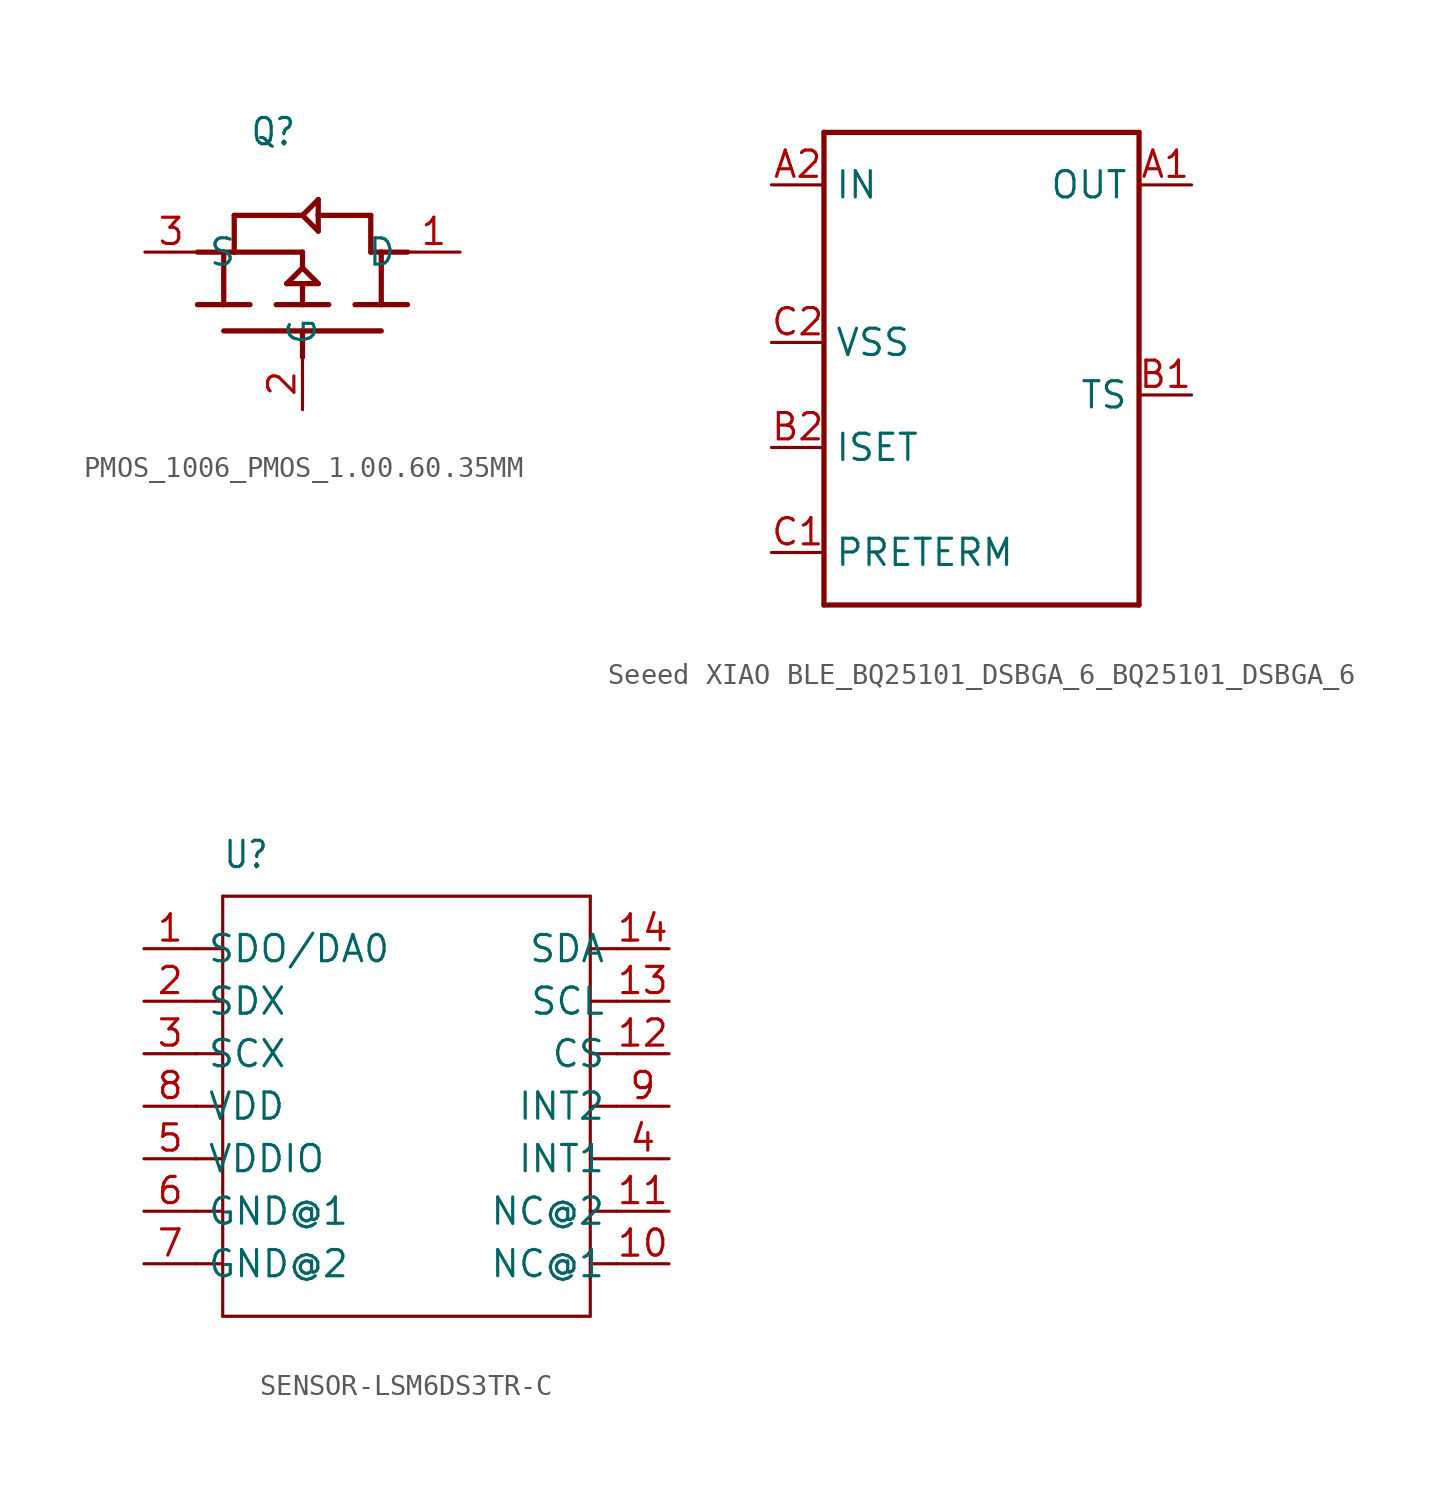
<source format=kicad_sym>
(kicad_symbol_lib
  (version 20231120)
  (generator "kicad_symbol_editor")
  (generator_version "8.0")
  (symbol "PMOS_1006_PMOS_1.00.60.35MM"
    (property "Reference" "Q"
      (at -2.54 7.62 0)
      (effects (font (size 1.27 1.079)) (justify left bottom)))
    (property "Value" ""
      (at -2.54 5.08 0)
      (effects (font (size 1.27 1.079)) (justify left bottom)))
    (property "ki_locked" ""
      (at 0 0 0)
      (effects (font (size 1.27 1.27))))
    (symbol "PMOS_1006_PMOS_1.00.60.35MM_1_0"
      (polyline (pts (xy -5.08 0) (xy -3.81 0)) (stroke (width 0.254) (type solid)) (fill (type none)))
      (polyline (pts (xy -3.81 -1.27) (xy 0 -1.27)) (stroke (width 0.254) (type solid)) (fill (type none)))
      (polyline (pts (xy -3.81 0) (xy -2.54 0)) (stroke (width 0.254) (type solid)) (fill (type none)))
      (polyline (pts (xy -3.81 2.54) (xy -5.08 2.54)) (stroke (width 0.254) (type solid)) (fill (type none)))
      (polyline (pts (xy -3.81 2.54) (xy -3.81 0)) (stroke (width 0.254) (type solid)) (fill (type none)))
      (polyline (pts (xy -3.81 2.54) (xy -3.302 2.54)) (stroke (width 0.254) (type solid)) (fill (type none)))
      (polyline (pts (xy -3.302 2.54) (xy -3.302 4.318)) (stroke (width 0.254) (type solid)) (fill (type none)))
      (polyline (pts (xy -3.302 2.54) (xy 0 2.54)) (stroke (width 0.254) (type solid)) (fill (type none)))
      (polyline (pts (xy -3.302 4.318) (xy 0 4.318)) (stroke (width 0.254) (type solid)) (fill (type none)))
      (polyline (pts (xy -1.27 0) (xy 0 0)) (stroke (width 0.254) (type solid)) (fill (type none)))
      (polyline (pts (xy -0.762 1.016) (xy 0 1.016)) (stroke (width 0.254) (type solid)) (fill (type none)))
      (polyline (pts (xy 0 -1.27) (xy 0 -2.54)) (stroke (width 0.254) (type solid)) (fill (type none)))
      (polyline (pts (xy 0 -1.27) (xy 3.81 -1.27)) (stroke (width 0.254) (type solid)) (fill (type none)))
      (polyline (pts (xy 0 0) (xy 1.27 0)) (stroke (width 0.254) (type solid)) (fill (type none)))
      (polyline (pts (xy 0 1.016) (xy 0 0)) (stroke (width 0.254) (type solid)) (fill (type none)))
      (polyline (pts (xy 0 1.016) (xy 0.762 1.016)) (stroke (width 0.254) (type solid)) (fill (type none)))
      (polyline (pts (xy 0 1.778) (xy -0.762 1.016)) (stroke (width 0.254) (type solid)) (fill (type none)))
      (polyline (pts (xy 0 2.54) (xy 0 1.778)) (stroke (width 0.254) (type solid)) (fill (type none)))
      (polyline (pts (xy 0 4.318) (xy 0.762 3.556)) (stroke (width 0.254) (type solid)) (fill (type none)))
      (polyline (pts (xy 0.762 1.016) (xy 0 1.778)) (stroke (width 0.254) (type solid)) (fill (type none)))
      (polyline (pts (xy 0.762 3.556) (xy 0.762 4.318)) (stroke (width 0.254) (type solid)) (fill (type none)))
      (polyline (pts (xy 0.762 4.318) (xy 0.762 5.08)) (stroke (width 0.254) (type solid)) (fill (type none)))
      (polyline (pts (xy 0.762 4.318) (xy 3.302 4.318)) (stroke (width 0.254) (type solid)) (fill (type none)))
      (polyline (pts (xy 0.762 5.08) (xy 0 4.318)) (stroke (width 0.254) (type solid)) (fill (type none)))
      (polyline (pts (xy 2.54 0) (xy 3.81 0)) (stroke (width 0.254) (type solid)) (fill (type none)))
      (polyline (pts (xy 3.302 2.54) (xy 3.81 2.54)) (stroke (width 0.254) (type solid)) (fill (type none)))
      (polyline (pts (xy 3.302 4.318) (xy 3.302 2.54)) (stroke (width 0.254) (type solid)) (fill (type none)))
      (polyline (pts (xy 3.81 0) (xy 5.08 0)) (stroke (width 0.254) (type solid)) (fill (type none)))
      (polyline (pts (xy 3.81 2.54) (xy 3.81 0)) (stroke (width 0.254) (type solid)) (fill (type none)))
      (polyline (pts (xy 3.81 2.54) (xy 5.08 2.54)) (stroke (width 0.254) (type solid)) (fill (type none)))
      (pin bidirectional line (at 7.62 2.54 180) (length 2.54) (name "D" (effects (font (size 1.27 1.27)))) (number "1" (effects (font (size 1.27 1.27)))))
      (pin bidirectional line (at 0 -5.08 90) (length 2.54) (name "G" (effects (font (size 1.27 1.27)))) (number "2" (effects (font (size 1.27 1.27)))))
      (pin bidirectional line (at -7.62 2.54 0) (length 2.54) (name "S" (effects (font (size 1.27 1.27)))) (number "3" (effects (font (size 1.27 1.27)))))))
  (symbol "Seeed XIAO BLE_BQ25101_DSBGA_6_BQ25101_DSBGA_6"
    (property "Reference" "U"
      (at -10.16 12.7 0)
      (effects (font (size 1.778 1.511)) (justify left bottom) (hide yes)))
    (property "ki_locked" ""
      (at 0 0 0)
      (effects (font (size 1.27 1.27))))
    (symbol "Seeed XIAO BLE_BQ25101_DSBGA_6_BQ25101_DSBGA_6_1_0"
      (polyline (pts (xy -7.62 -10.16) (xy -7.62 12.7)) (stroke (width 0.254) (type solid)) (fill (type none)))
      (polyline (pts (xy -7.62 12.7) (xy 7.62 12.7)) (stroke (width 0.254) (type solid)) (fill (type none)))
      (polyline (pts (xy 7.62 -10.16) (xy -7.62 -10.16)) (stroke (width 0.254) (type solid)) (fill (type none)))
      (polyline (pts (xy 7.62 12.7) (xy 7.62 -10.16)) (stroke (width 0.254) (type solid)) (fill (type none)))
      (pin bidirectional line (at 10.16 10.16 180) (length 2.54) (name "OUT" (effects (font (size 1.27 1.27)))) (number "A1" (effects (font (size 1.27 1.27)))))
      (pin bidirectional line (at -10.16 10.16 0) (length 2.54) (name "IN" (effects (font (size 1.27 1.27)))) (number "A2" (effects (font (size 1.27 1.27)))))
      (pin bidirectional line (at 10.16 0 180) (length 2.54) (name "TS" (effects (font (size 1.27 1.27)))) (number "B1" (effects (font (size 1.27 1.27)))))
      (pin bidirectional line (at -10.16 -2.54 0) (length 2.54) (name "ISET" (effects (font (size 1.27 1.27)))) (number "B2" (effects (font (size 1.27 1.27)))))
      (pin bidirectional line (at -10.16 -7.62 0) (length 2.54) (name "PRETERM" (effects (font (size 1.27 1.27)))) (number "C1" (effects (font (size 1.27 1.27)))))
      (pin bidirectional line (at -10.16 2.54 0) (length 2.54) (name "VSS" (effects (font (size 1.27 1.27)))) (number "C2" (effects (font (size 1.27 1.27)))))))
  (symbol "SENSOR-LSM6DS3TR-C"
    (property "Reference" "U"
      (at -8.89 11.43 0)
      (effects (font (size 1.27 1.079)) (justify left bottom)))
    (property "Value" ""
      (at -8.89 10.16 0)
      (effects (font (size 1.27 1.079)) (justify left bottom)))
    (property "ki_locked" ""
      (at 0 0 0)
      (effects (font (size 1.27 1.27))))
    (symbol "SENSOR-LSM6DS3TR-C_1_0"
      (polyline (pts (xy -8.89 -10.16) (xy -8.89 -7.62)) (stroke (width 0.152) (type solid)) (fill (type none)))
      (polyline (pts (xy -8.89 -7.62) (xy -10.16 -7.62)) (stroke (width 0.152) (type solid)) (fill (type none)))
      (polyline (pts (xy -8.89 -7.62) (xy -8.89 -5.08)) (stroke (width 0.152) (type solid)) (fill (type none)))
      (polyline (pts (xy -8.89 -5.08) (xy -10.16 -5.08)) (stroke (width 0.152) (type solid)) (fill (type none)))
      (polyline (pts (xy -8.89 -5.08) (xy -8.89 -2.54)) (stroke (width 0.152) (type solid)) (fill (type none)))
      (polyline (pts (xy -8.89 -2.54) (xy -10.16 -2.54)) (stroke (width 0.152) (type solid)) (fill (type none)))
      (polyline (pts (xy -8.89 -2.54) (xy -8.89 0)) (stroke (width 0.152) (type solid)) (fill (type none)))
      (polyline (pts (xy -8.89 0) (xy -10.16 0)) (stroke (width 0.152) (type solid)) (fill (type none)))
      (polyline (pts (xy -8.89 0) (xy -8.89 2.54)) (stroke (width 0.152) (type solid)) (fill (type none)))
      (polyline (pts (xy -8.89 2.54) (xy -10.16 2.54)) (stroke (width 0.152) (type solid)) (fill (type none)))
      (polyline (pts (xy -8.89 2.54) (xy -8.89 5.08)) (stroke (width 0.152) (type solid)) (fill (type none)))
      (polyline (pts (xy -8.89 5.08) (xy -10.16 5.08)) (stroke (width 0.152) (type solid)) (fill (type none)))
      (polyline (pts (xy -8.89 5.08) (xy -8.89 7.62)) (stroke (width 0.152) (type solid)) (fill (type none)))
      (polyline (pts (xy -8.89 7.62) (xy -10.16 7.62)) (stroke (width 0.152) (type solid)) (fill (type none)))
      (polyline (pts (xy -8.89 7.62) (xy -8.89 10.16)) (stroke (width 0.152) (type solid)) (fill (type none)))
      (polyline (pts (xy -8.89 10.16) (xy 8.89 10.16)) (stroke (width 0.152) (type solid)) (fill (type none)))
      (polyline (pts (xy 8.89 -10.16) (xy -8.89 -10.16)) (stroke (width 0.152) (type solid)) (fill (type none)))
      (polyline (pts (xy 8.89 10.16) (xy 8.89 -10.16)) (stroke (width 0.152) (type solid)) (fill (type none)))
      (polyline (pts (xy 10.16 -7.62) (xy 8.89 -7.62)) (stroke (width 0.152) (type solid)) (fill (type none)))
      (polyline (pts (xy 10.16 -5.08) (xy 8.89 -5.08)) (stroke (width 0.152) (type solid)) (fill (type none)))
      (polyline (pts (xy 10.16 -2.54) (xy 8.89 -2.54)) (stroke (width 0.152) (type solid)) (fill (type none)))
      (polyline (pts (xy 10.16 0) (xy 8.89 0)) (stroke (width 0.152) (type solid)) (fill (type none)))
      (polyline (pts (xy 10.16 2.54) (xy 8.89 2.54)) (stroke (width 0.152) (type solid)) (fill (type none)))
      (polyline (pts (xy 10.16 5.08) (xy 8.89 5.08)) (stroke (width 0.152) (type solid)) (fill (type none)))
      (polyline (pts (xy 10.16 7.62) (xy 8.89 7.62)) (stroke (width 0.152) (type solid)) (fill (type none)))
      (pin bidirectional line (at -12.7 7.62 0) (length 2.54) (name "SDO/DA0" (effects (font (size 1.27 1.27)))) (number "1" (effects (font (size 1.27 1.27)))))
      (pin bidirectional line (at 12.7 -7.62 180) (length 2.54) (name "NC@1" (effects (font (size 1.27 1.27)))) (number "10" (effects (font (size 1.27 1.27)))))
      (pin bidirectional line (at 12.7 -5.08 180) (length 2.54) (name "NC@2" (effects (font (size 1.27 1.27)))) (number "11" (effects (font (size 1.27 1.27)))))
      (pin bidirectional line (at 12.7 2.54 180) (length 2.54) (name "CS" (effects (font (size 1.27 1.27)))) (number "12" (effects (font (size 1.27 1.27)))))
      (pin bidirectional line (at 12.7 5.08 180) (length 2.54) (name "SCL" (effects (font (size 1.27 1.27)))) (number "13" (effects (font (size 1.27 1.27)))))
      (pin bidirectional line (at 12.7 7.62 180) (length 2.54) (name "SDA" (effects (font (size 1.27 1.27)))) (number "14" (effects (font (size 1.27 1.27)))))
      (pin bidirectional line (at -12.7 5.08 0) (length 2.54) (name "SDX" (effects (font (size 1.27 1.27)))) (number "2" (effects (font (size 1.27 1.27)))))
      (pin bidirectional line (at -12.7 2.54 0) (length 2.54) (name "SCX" (effects (font (size 1.27 1.27)))) (number "3" (effects (font (size 1.27 1.27)))))
      (pin bidirectional line (at 12.7 -2.54 180) (length 2.54) (name "INT1" (effects (font (size 1.27 1.27)))) (number "4" (effects (font (size 1.27 1.27)))))
      (pin bidirectional line (at -12.7 -2.54 0) (length 2.54) (name "VDDIO" (effects (font (size 1.27 1.27)))) (number "5" (effects (font (size 1.27 1.27)))))
      (pin bidirectional line (at -12.7 -5.08 0) (length 2.54) (name "GND@1" (effects (font (size 1.27 1.27)))) (number "6" (effects (font (size 1.27 1.27)))))
      (pin bidirectional line (at -12.7 -7.62 0) (length 2.54) (name "GND@2" (effects (font (size 1.27 1.27)))) (number "7" (effects (font (size 1.27 1.27)))))
      (pin bidirectional line (at -12.7 0 0) (length 2.54) (name "VDD" (effects (font (size 1.27 1.27)))) (number "8" (effects (font (size 1.27 1.27)))))
      (pin bidirectional line (at 12.7 0 180) (length 2.54) (name "INT2" (effects (font (size 1.27 1.27)))) (number "9" (effects (font (size 1.27 1.27))))))))
</source>
